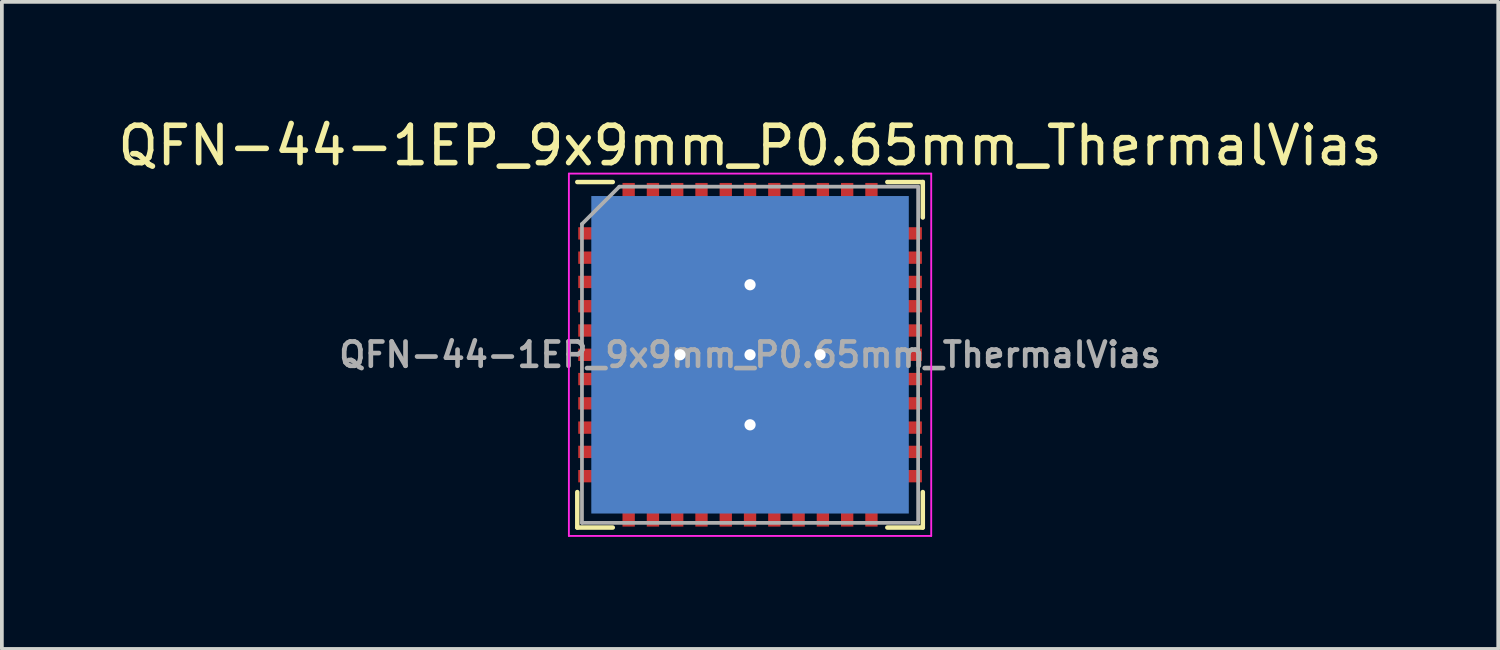
<source format=kicad_pcb>
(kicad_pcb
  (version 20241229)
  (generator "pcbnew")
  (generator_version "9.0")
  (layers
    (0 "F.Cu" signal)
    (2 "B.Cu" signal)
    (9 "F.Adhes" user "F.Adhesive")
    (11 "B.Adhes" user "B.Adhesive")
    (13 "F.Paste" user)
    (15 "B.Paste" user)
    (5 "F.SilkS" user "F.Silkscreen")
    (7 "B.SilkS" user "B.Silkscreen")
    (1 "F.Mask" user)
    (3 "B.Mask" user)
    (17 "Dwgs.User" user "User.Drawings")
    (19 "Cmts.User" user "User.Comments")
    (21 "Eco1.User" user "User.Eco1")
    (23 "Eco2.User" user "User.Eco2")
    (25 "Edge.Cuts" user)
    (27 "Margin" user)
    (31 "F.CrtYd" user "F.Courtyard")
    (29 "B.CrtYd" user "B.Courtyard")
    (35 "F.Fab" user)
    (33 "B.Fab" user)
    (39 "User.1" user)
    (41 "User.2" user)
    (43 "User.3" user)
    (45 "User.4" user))
  (footprint "QFN-44-1EP_9x9mm_P0.65mm_ThermalVias"
    (layer "F.Cu")
    (at 17.03 6.448)
    (property "Reference" "QFN-44-1EP_9x9mm_P0.65mm_ThermalVias" (at 0 -5.6 0) (layer "F.SilkS") (effects (font (size 1 1) (thickness 0.15))))
    (attr smd)
    (fp_line (start -4.625 -4.625) (end -3.675 -4.625) (stroke (width 0.12) (type solid)) (layer "F.SilkS"))
    (fp_line (start -4.625 4.625) (end -4.625 3.675) (stroke (width 0.12) (type solid)) (layer "F.SilkS"))
    (fp_line (start -3.675 4.625) (end -4.625 4.625) (stroke (width 0.12) (type solid)) (layer "F.SilkS"))
    (fp_line (start 3.675 -4.625) (end 4.625 -4.625) (stroke (width 0.12) (type solid)) (layer "F.SilkS"))
    (fp_line (start 3.675 4.625) (end 4.625 4.625) (stroke (width 0.12) (type solid)) (layer "F.SilkS"))
    (fp_line (start 4.625 -4.625) (end 4.625 -3.675) (stroke (width 0.12) (type solid)) (layer "F.SilkS"))
    (fp_line (start 4.625 4.625) (end 4.625 3.675) (stroke (width 0.12) (type solid)) (layer "F.SilkS"))
    (fp_line (start -4.85 -4.85) (end -4.85 4.85) (stroke (width 0.05) (type solid)) (layer "F.CrtYd"))
    (fp_line (start -4.85 4.85) (end 4.85 4.85) (stroke (width 0.05) (type solid)) (layer "F.CrtYd"))
    (fp_line (start 4.85 -4.85) (end -4.85 -4.85) (stroke (width 0.05) (type solid)) (layer "F.CrtYd"))
    (fp_line (start 4.85 4.85) (end 4.85 -4.85) (stroke (width 0.05) (type solid)) (layer "F.CrtYd"))
    (fp_line (start -4.5 -3.5) (end -3.5 -4.5) (stroke (width 0.1) (type solid)) (layer "F.Fab"))
    (fp_line (start -4.5 4.5) (end -4.5 -3.5) (stroke (width 0.1) (type solid)) (layer "F.Fab"))
    (fp_line (start -3.5 -4.5) (end 4.5 -4.5) (stroke (width 0.1) (type solid)) (layer "F.Fab"))
    (fp_line (start 4.5 -4.5) (end 4.5 4.5) (stroke (width 0.1) (type solid)) (layer "F.Fab"))
    (fp_line (start 4.5 4.5) (end -4.5 4.5) (stroke (width 0.1) (type solid)) (layer "F.Fab"))
    (fp_text user "${REFERENCE}" (at 0 0 0) (layer "F.Fab") (effects (font (size 0.65 0.65) (thickness 0.125))))
    (pad "" smd rect (at -1.875 -1.875) (size 2.65 2.65) (layers "F.Paste"))
    (pad "" smd rect (at -1.875 1.875) (size 2.65 2.65) (layers "F.Paste"))
    (pad "" smd rect (at 1.875 -1.875) (size 2.65 2.65) (layers "F.Paste"))
    (pad "" smd rect (at 1.875 1.875) (size 2.65 2.65) (layers "F.Paste"))
    (pad "1" smd rect (at -4.3 -3.25) (size 0.6 0.33) (layers "F.Cu" "F.Mask" "F.Paste"))
    (pad "2" smd rect (at -4.3 -2.6) (size 0.6 0.33) (layers "F.Cu" "F.Mask" "F.Paste"))
    (pad "3" smd rect (at -4.3 -1.95) (size 0.6 0.33) (layers "F.Cu" "F.Mask" "F.Paste"))
    (pad "4" smd rect (at -4.3 -1.3) (size 0.6 0.33) (layers "F.Cu" "F.Mask" "F.Paste"))
    (pad "5" smd rect (at -4.3 -0.65) (size 0.6 0.33) (layers "F.Cu" "F.Mask" "F.Paste"))
    (pad "6" smd rect (at -4.3 0) (size 0.6 0.33) (layers "F.Cu" "F.Mask" "F.Paste"))
    (pad "7" smd rect (at -4.3 0.65) (size 0.6 0.33) (layers "F.Cu" "F.Mask" "F.Paste"))
    (pad "8" smd rect (at -4.3 1.3) (size 0.6 0.33) (layers "F.Cu" "F.Mask" "F.Paste"))
    (pad "9" smd rect (at -4.3 1.95) (size 0.6 0.33) (layers "F.Cu" "F.Mask" "F.Paste"))
    (pad "10" smd rect (at -4.3 2.6) (size 0.6 0.33) (layers "F.Cu" "F.Mask" "F.Paste"))
    (pad "11" smd rect (at -4.3 3.25) (size 0.6 0.33) (layers "F.Cu" "F.Mask" "F.Paste"))
    (pad "12" smd rect (at -3.25 4.3 90) (size 0.6 0.33) (layers "F.Cu" "F.Mask" "F.Paste"))
    (pad "13" smd rect (at -2.6 4.3 90) (size 0.6 0.33) (layers "F.Cu" "F.Mask" "F.Paste"))
    (pad "14" smd rect (at -1.95 4.3 90) (size 0.6 0.33) (layers "F.Cu" "F.Mask" "F.Paste"))
    (pad "15" smd rect (at -1.3 4.3 90) (size 0.6 0.33) (layers "F.Cu" "F.Mask" "F.Paste"))
    (pad "16" smd rect (at -0.65 4.3 90) (size 0.6 0.33) (layers "F.Cu" "F.Mask" "F.Paste"))
    (pad "17" smd rect (at 0 4.3 90) (size 0.6 0.33) (layers "F.Cu" "F.Mask" "F.Paste"))
    (pad "18" smd rect (at 0.65 4.3 90) (size 0.6 0.33) (layers "F.Cu" "F.Mask" "F.Paste"))
    (pad "19" smd rect (at 1.3 4.3 90) (size 0.6 0.33) (layers "F.Cu" "F.Mask" "F.Paste"))
    (pad "20" smd rect (at 1.95 4.3 90) (size 0.6 0.33) (layers "F.Cu" "F.Mask" "F.Paste"))
    (pad "21" smd rect (at 2.6 4.3 90) (size 0.6 0.33) (layers "F.Cu" "F.Mask" "F.Paste"))
    (pad "22" smd rect (at 3.25 4.3 90) (size 0.6 0.33) (layers "F.Cu" "F.Mask" "F.Paste"))
    (pad "23" smd rect (at 4.3 3.25) (size 0.6 0.33) (layers "F.Cu" "F.Mask" "F.Paste"))
    (pad "24" smd rect (at 4.3 2.6) (size 0.6 0.33) (layers "F.Cu" "F.Mask" "F.Paste"))
    (pad "25" smd rect (at 4.3 1.95) (size 0.6 0.33) (layers "F.Cu" "F.Mask" "F.Paste"))
    (pad "26" smd rect (at 4.3 1.3) (size 0.6 0.33) (layers "F.Cu" "F.Mask" "F.Paste"))
    (pad "27" smd rect (at 4.3 0.65) (size 0.6 0.33) (layers "F.Cu" "F.Mask" "F.Paste"))
    (pad "28" smd rect (at 4.3 0) (size 0.6 0.33) (layers "F.Cu" "F.Mask" "F.Paste"))
    (pad "29" smd rect (at 4.3 -0.65) (size 0.6 0.33) (layers "F.Cu" "F.Mask" "F.Paste"))
    (pad "30" smd rect (at 4.3 -1.3) (size 0.6 0.33) (layers "F.Cu" "F.Mask" "F.Paste"))
    (pad "31" smd rect (at 4.3 -1.95) (size 0.6 0.33) (layers "F.Cu" "F.Mask" "F.Paste"))
    (pad "32" smd rect (at 4.3 -2.6) (size 0.6 0.33) (layers "F.Cu" "F.Mask" "F.Paste"))
    (pad "33" smd rect (at 4.3 -3.25) (size 0.6 0.33) (layers "F.Cu" "F.Mask" "F.Paste"))
    (pad "34" smd rect (at 3.25 -4.3 90) (size 0.6 0.33) (layers "F.Cu" "F.Mask" "F.Paste"))
    (pad "35" smd rect (at 2.6 -4.3 90) (size 0.6 0.33) (layers "F.Cu" "F.Mask" "F.Paste"))
    (pad "36" smd rect (at 1.95 -4.3 90) (size 0.6 0.33) (layers "F.Cu" "F.Mask" "F.Paste"))
    (pad "37" smd rect (at 1.3 -4.3 90) (size 0.6 0.33) (layers "F.Cu" "F.Mask" "F.Paste"))
    (pad "38" smd rect (at 0.65 -4.3 90) (size 0.6 0.33) (layers "F.Cu" "F.Mask" "F.Paste"))
    (pad "39" smd rect (at 0 -4.3 90) (size 0.6 0.33) (layers "F.Cu" "F.Mask" "F.Paste"))
    (pad "40" smd rect (at -0.65 -4.3 90) (size 0.6 0.33) (layers "F.Cu" "F.Mask" "F.Paste"))
    (pad "41" smd rect (at -1.3 -4.3 90) (size 0.6 0.33) (layers "F.Cu" "F.Mask" "F.Paste"))
    (pad "42" smd rect (at -1.95 -4.3 90) (size 0.6 0.33) (layers "F.Cu" "F.Mask" "F.Paste"))
    (pad "43" smd rect (at -2.6 -4.3 90) (size 0.6 0.33) (layers "F.Cu" "F.Mask" "F.Paste"))
    (pad "44" smd rect (at -3.25 -4.3 90) (size 0.6 0.33) (layers "F.Cu" "F.Mask" "F.Paste"))
    (pad "45" thru_hole circle (at -1.875 0) (size 0.6 0.6) (drill 0.3) (layers "*.Cu"))
    (pad "45" thru_hole circle (at 0 -1.875) (size 0.6 0.6) (drill 0.3) (layers "*.Cu"))
    (pad "45" thru_hole circle (at 0 0) (size 0.6 0.6) (drill 0.3) (layers "*.Cu"))
    (pad "45" smd rect (at 0 0) (size 7.5 7.5) (layers "F.Cu" "F.Mask"))
    (pad "45" smd rect (at 0 0) (size 8.5 8.5) (layers "B.Cu"))
    (pad "45" thru_hole circle (at 0 1.875) (size 0.6 0.6) (drill 0.3) (layers "*.Cu"))
    (pad "45" thru_hole circle (at 1.875 0) (size 0.6 0.6) (drill 0.3) (layers "*.Cu")))
  (gr_rect
    (start -3 -3)
    (end 37.06 14.323)
    (stroke (width 0.1) (type default))
    (fill no)
    (layer "Edge.Cuts")))
</source>
